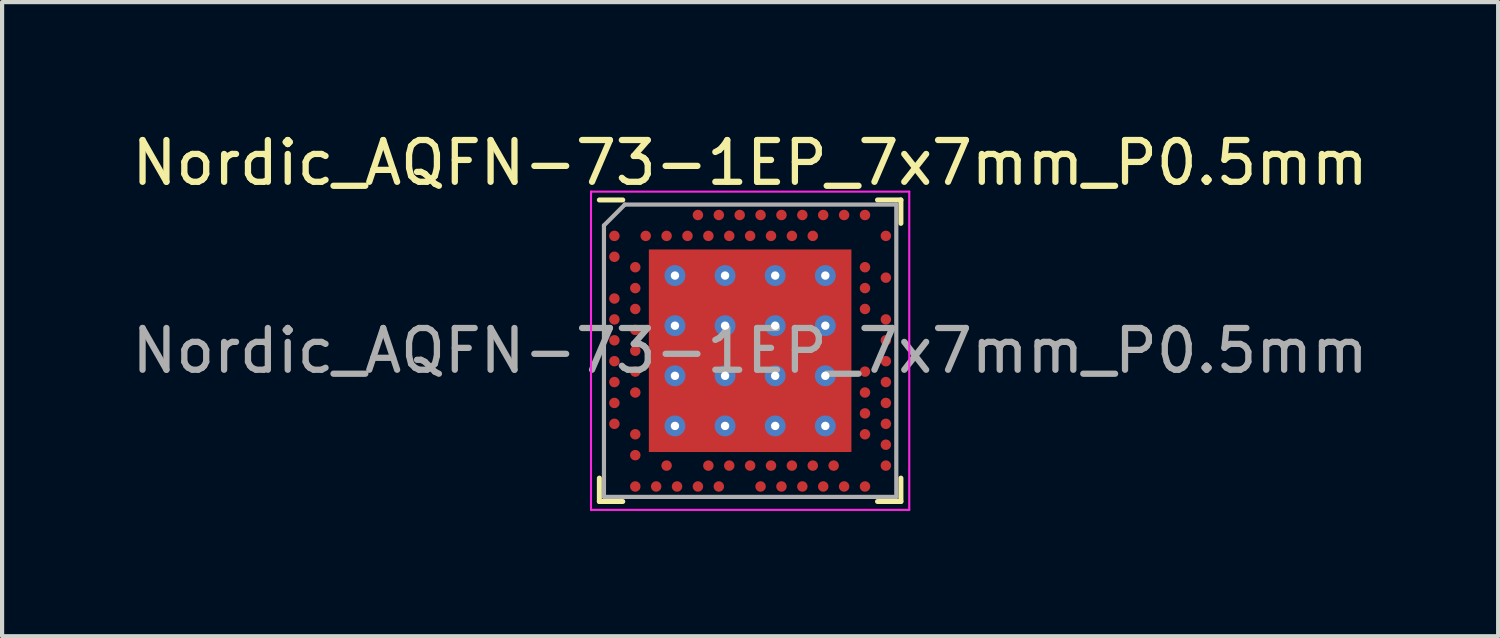
<source format=kicad_pcb>
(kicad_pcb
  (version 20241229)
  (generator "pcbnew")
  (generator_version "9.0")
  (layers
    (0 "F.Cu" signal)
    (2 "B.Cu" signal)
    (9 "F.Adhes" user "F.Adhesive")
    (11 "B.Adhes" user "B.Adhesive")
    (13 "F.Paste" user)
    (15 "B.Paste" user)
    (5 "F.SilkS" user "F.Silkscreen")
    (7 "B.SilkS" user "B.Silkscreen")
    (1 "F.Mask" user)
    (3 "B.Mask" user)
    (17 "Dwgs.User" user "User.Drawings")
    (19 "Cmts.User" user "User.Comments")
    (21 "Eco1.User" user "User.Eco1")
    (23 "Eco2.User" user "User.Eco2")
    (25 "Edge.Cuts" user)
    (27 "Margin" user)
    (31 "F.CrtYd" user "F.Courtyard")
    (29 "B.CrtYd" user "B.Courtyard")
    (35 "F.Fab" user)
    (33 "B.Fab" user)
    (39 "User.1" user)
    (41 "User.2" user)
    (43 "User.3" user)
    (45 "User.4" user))
  (footprint "Nordic_AQFN-73-1EP_7x7mm_P0.5mm"
    (layer "F.Cu")
    (at 14.911 5.348)
    (property "Reference" "Nordic_AQFN-73-1EP_7x7mm_P0.5mm" (at 0 -4.5 0) (layer "F.SilkS") (effects (font (size 1 1) (thickness 0.15))))
    (attr smd)
    (fp_line (start -3.61 -3.61) (end -3.05 -3.61) (stroke (width 0.12) (type solid)) (layer "F.SilkS"))
    (fp_line (start -3.61 3.61) (end -3.61 3.05) (stroke (width 0.12) (type solid)) (layer "F.SilkS"))
    (fp_line (start -3.61 3.61) (end -3.05 3.61) (stroke (width 0.12) (type solid)) (layer "F.SilkS"))
    (fp_line (start 3.61 -3.61) (end 3.05 -3.61) (stroke (width 0.12) (type solid)) (layer "F.SilkS"))
    (fp_line (start 3.61 -3.61) (end 3.61 -3.05) (stroke (width 0.12) (type solid)) (layer "F.SilkS"))
    (fp_line (start 3.61 3.61) (end 3.05 3.61) (stroke (width 0.12) (type solid)) (layer "F.SilkS"))
    (fp_line (start 3.61 3.61) (end 3.61 3.05) (stroke (width 0.12) (type solid)) (layer "F.SilkS"))
    (fp_line (start -3.81 -3.81) (end 3.81 -3.81) (stroke (width 0.05) (type solid)) (layer "F.CrtYd"))
    (fp_line (start -3.81 3.81) (end -3.81 -3.81) (stroke (width 0.05) (type solid)) (layer "F.CrtYd"))
    (fp_line (start 3.81 -3.81) (end 3.81 3.81) (stroke (width 0.05) (type solid)) (layer "F.CrtYd"))
    (fp_line (start 3.81 3.81) (end -3.81 3.81) (stroke (width 0.05) (type solid)) (layer "F.CrtYd"))
    (fp_line (start -3.5 -3) (end -3.5 3.5) (stroke (width 0.1) (type solid)) (layer "F.Fab"))
    (fp_line (start -3.5 -3) (end -3 -3.5) (stroke (width 0.1) (type solid)) (layer "F.Fab"))
    (fp_line (start -3.5 3.5) (end 3.5 3.5) (stroke (width 0.1) (type solid)) (layer "F.Fab"))
    (fp_line (start -3 -3.5) (end 3.5 -3.5) (stroke (width 0.1) (type solid)) (layer "F.Fab"))
    (fp_line (start 3.5 -3.5) (end 3.5 3.5) (stroke (width 0.1) (type solid)) (layer "F.Fab"))
    (fp_text user "${REFERENCE}" (at 0 0 0) (layer "F.Fab") (effects (font (size 1 1) (thickness 0.15))))
    (pad "" smd rect (at -1.212 -1.212 180) (size 2 2) (layers "F.Paste"))
    (pad "" smd rect (at -1.212 1.212 180) (size 2 2) (layers "F.Paste"))
    (pad "" smd rect (at 1.212 -1.212 180) (size 2 2) (layers "F.Paste"))
    (pad "" smd rect (at 1.212 1.212 180) (size 2 2) (layers "F.Paste"))
    (pad "A8" smd circle (at -1.25 -3.25 180) (size 0.25 0.25) (layers "F.Cu" "F.Mask" "F.Paste"))
    (pad "A10" smd circle (at -0.75 -3.25 180) (size 0.25 0.25) (layers "F.Cu" "F.Mask" "F.Paste"))
    (pad "A12" smd circle (at -0.25 -3.25 180) (size 0.25 0.25) (layers "F.Cu" "F.Mask" "F.Paste"))
    (pad "A14" smd circle (at 0.25 -3.25 180) (size 0.25 0.25) (layers "F.Cu" "F.Mask" "F.Paste"))
    (pad "A16" smd circle (at 0.75 -3.25 180) (size 0.25 0.25) (layers "F.Cu" "F.Mask" "F.Paste"))
    (pad "A18" smd circle (at 1.25 -3.25 180) (size 0.25 0.25) (layers "F.Cu" "F.Mask" "F.Paste"))
    (pad "A20" smd circle (at 1.75 -3.25 180) (size 0.25 0.25) (layers "F.Cu" "F.Mask" "F.Paste"))
    (pad "A22" smd circle (at 2.25 -3.25 180) (size 0.25 0.25) (layers "F.Cu" "F.Mask" "F.Paste"))
    (pad "A23" smd circle (at 2.75 -3.25 180) (size 0.25 0.25) (layers "F.Cu" "F.Mask" "F.Paste"))
    (pad "AA24" smd circle (at 3.25 2.25 180) (size 0.25 0.25) (layers "F.Cu" "F.Mask" "F.Paste"))
    (pad "AB2" smd circle (at -2.75 2.5 180) (size 0.25 0.25) (layers "F.Cu" "F.Mask" "F.Paste"))
    (pad "AC5" smd circle (at -2 2.75 180) (size 0.25 0.25) (layers "F.Cu" "F.Mask" "F.Paste"))
    (pad "AC9" smd circle (at -1 2.75 180) (size 0.25 0.25) (layers "F.Cu" "F.Mask" "F.Paste"))
    (pad "AC11" smd circle (at -0.5 2.75 180) (size 0.25 0.25) (layers "F.Cu" "F.Mask" "F.Paste"))
    (pad "AC13" smd circle (at 0 2.75 180) (size 0.25 0.25) (layers "F.Cu" "F.Mask" "F.Paste"))
    (pad "AC15" smd circle (at 0.5 2.75 180) (size 0.25 0.25) (layers "F.Cu" "F.Mask" "F.Paste"))
    (pad "AC17" smd circle (at 1 2.75 180) (size 0.25 0.25) (layers "F.Cu" "F.Mask" "F.Paste"))
    (pad "AC19" smd circle (at 1.5 2.75 180) (size 0.25 0.25) (layers "F.Cu" "F.Mask" "F.Paste"))
    (pad "AC21" smd circle (at 2 2.75 180) (size 0.25 0.25) (layers "F.Cu" "F.Mask" "F.Paste"))
    (pad "AC24" smd circle (at 3.25 2.75 180) (size 0.25 0.25) (layers "F.Cu" "F.Mask" "F.Paste"))
    (pad "AD2" smd circle (at -2.75 3.25 180) (size 0.25 0.25) (layers "F.Cu" "F.Mask" "F.Paste"))
    (pad "AD4" smd circle (at -2.25 3.25 180) (size 0.25 0.25) (layers "F.Cu" "F.Mask" "F.Paste"))
    (pad "AD6" smd circle (at -1.75 3.25 180) (size 0.25 0.25) (layers "F.Cu" "F.Mask" "F.Paste"))
    (pad "AD8" smd circle (at -1.25 3.25 180) (size 0.25 0.25) (layers "F.Cu" "F.Mask" "F.Paste"))
    (pad "AD10" smd circle (at -0.75 3.25 180) (size 0.25 0.25) (layers "F.Cu" "F.Mask" "F.Paste"))
    (pad "AD14" smd circle (at 0.25 3.25 180) (size 0.25 0.25) (layers "F.Cu" "F.Mask" "F.Paste"))
    (pad "AD16" smd circle (at 0.75 3.25 180) (size 0.25 0.25) (layers "F.Cu" "F.Mask" "F.Paste"))
    (pad "AD18" smd circle (at 1.25 3.25 180) (size 0.25 0.25) (layers "F.Cu" "F.Mask" "F.Paste"))
    (pad "AD20" smd circle (at 1.75 3.25 180) (size 0.25 0.25) (layers "F.Cu" "F.Mask" "F.Paste"))
    (pad "AD22" smd circle (at 2.25 3.25 180) (size 0.25 0.25) (layers "F.Cu" "F.Mask" "F.Paste"))
    (pad "AD23" smd circle (at 2.75 3.25 180) (size 0.25 0.25) (layers "F.Cu" "F.Mask" "F.Paste"))
    (pad "B1" smd circle (at -3.25 -2.75 180) (size 0.25 0.25) (layers "F.Cu" "F.Mask" "F.Paste"))
    (pad "B3" smd circle (at -2.5 -2.75 180) (size 0.25 0.25) (layers "F.Cu" "F.Mask" "F.Paste"))
    (pad "B5" smd circle (at -2 -2.75 180) (size 0.25 0.25) (layers "F.Cu" "F.Mask" "F.Paste"))
    (pad "B7" smd circle (at -1.5 -2.75 180) (size 0.25 0.25) (layers "F.Cu" "F.Mask" "F.Paste"))
    (pad "B9" smd circle (at -1 -2.75 180) (size 0.25 0.25) (layers "F.Cu" "F.Mask" "F.Paste"))
    (pad "B11" smd circle (at -0.5 -2.75 180) (size 0.25 0.25) (layers "F.Cu" "F.Mask" "F.Paste"))
    (pad "B13" smd circle (at 0 -2.75 180) (size 0.25 0.25) (layers "F.Cu" "F.Mask" "F.Paste"))
    (pad "B15" smd circle (at 0.5 -2.75 180) (size 0.25 0.25) (layers "F.Cu" "F.Mask" "F.Paste"))
    (pad "B17" smd circle (at 1 -2.75 180) (size 0.25 0.25) (layers "F.Cu" "F.Mask" "F.Paste"))
    (pad "B19" smd circle (at 1.5 -2.75 180) (size 0.25 0.25) (layers "F.Cu" "F.Mask" "F.Paste"))
    (pad "B24" smd circle (at 3.25 -2.75 180) (size 0.25 0.25) (layers "F.Cu" "F.Mask" "F.Paste"))
    (pad "C1" smd circle (at -3.25 -2.25 180) (size 0.25 0.25) (layers "F.Cu" "F.Mask" "F.Paste"))
    (pad "D2" smd circle (at -2.75 -2 180) (size 0.25 0.25) (layers "F.Cu" "F.Mask" "F.Paste"))
    (pad "D23" smd circle (at 2.75 -2 180) (size 0.25 0.25) (layers "F.Cu" "F.Mask" "F.Paste"))
    (pad "E24" smd circle (at 3.25 -1.75 180) (size 0.25 0.25) (layers "F.Cu" "F.Mask" "F.Paste"))
    (pad "EP" thru_hole circle (at -1.8 -1.8) (size 0.5 0.5) (drill 0.2) (layers "*.Cu" "*.Mask"))
    (pad "EP" thru_hole circle (at -1.8 -0.6) (size 0.5 0.5) (drill 0.2) (layers "*.Cu" "*.Mask"))
    (pad "EP" thru_hole circle (at -1.8 0.6) (size 0.5 0.5) (drill 0.2) (layers "*.Cu" "*.Mask"))
    (pad "EP" thru_hole circle (at -1.8 1.8) (size 0.5 0.5) (drill 0.2) (layers "*.Cu" "*.Mask"))
    (pad "EP" thru_hole circle (at -0.6 -1.8) (size 0.5 0.5) (drill 0.2) (layers "*.Cu" "*.Mask"))
    (pad "EP" thru_hole circle (at -0.6 -0.6) (size 0.5 0.5) (drill 0.2) (layers "*.Cu" "*.Mask"))
    (pad "EP" thru_hole circle (at -0.6 0.6) (size 0.5 0.5) (drill 0.2) (layers "*.Cu" "*.Mask"))
    (pad "EP" thru_hole circle (at -0.6 1.8) (size 0.5 0.5) (drill 0.2) (layers "*.Cu" "*.Mask"))
    (pad "EP" smd rect (at 0 0 180) (size 4.85 4.85) (layers "F.Cu" "F.Mask"))
    (pad "EP" thru_hole circle (at 0.6 -1.8) (size 0.5 0.5) (drill 0.2) (layers "*.Cu" "*.Mask"))
    (pad "EP" thru_hole circle (at 0.6 -0.6) (size 0.5 0.5) (drill 0.2) (layers "*.Cu" "*.Mask"))
    (pad "EP" thru_hole circle (at 0.6 0.6) (size 0.5 0.5) (drill 0.2) (layers "*.Cu" "*.Mask"))
    (pad "EP" thru_hole circle (at 0.6 1.8) (size 0.5 0.5) (drill 0.2) (layers "*.Cu" "*.Mask"))
    (pad "EP" thru_hole circle (at 1.8 -1.8) (size 0.5 0.5) (drill 0.2) (layers "*.Cu" "*.Mask"))
    (pad "EP" thru_hole circle (at 1.8 -0.6) (size 0.5 0.5) (drill 0.2) (layers "*.Cu" "*.Mask"))
    (pad "EP" thru_hole circle (at 1.8 0.6) (size 0.5 0.5) (drill 0.2) (layers "*.Cu" "*.Mask"))
    (pad "EP" thru_hole circle (at 1.8 1.8) (size 0.5 0.5) (drill 0.2) (layers "*.Cu" "*.Mask"))
    (pad "F2" smd circle (at -2.75 -1.5 180) (size 0.25 0.25) (layers "F.Cu" "F.Mask" "F.Paste"))
    (pad "F23" smd circle (at 2.75 -1.5 180) (size 0.25 0.25) (layers "F.Cu" "F.Mask" "F.Paste"))
    (pad "G1" smd circle (at -3.25 -1.25 180) (size 0.25 0.25) (layers "F.Cu" "F.Mask" "F.Paste"))
    (pad "H2" smd circle (at -2.75 -1 180) (size 0.25 0.25) (layers "F.Cu" "F.Mask" "F.Paste"))
    (pad "H23" smd circle (at 2.75 -1 180) (size 0.25 0.25) (layers "F.Cu" "F.Mask" "F.Paste"))
    (pad "J1" smd circle (at -3.25 -0.75 180) (size 0.25 0.25) (layers "F.Cu" "F.Mask" "F.Paste"))
    (pad "J24" smd circle (at 3.25 -0.75 180) (size 0.25 0.25) (layers "F.Cu" "F.Mask" "F.Paste"))
    (pad "K2" smd circle (at -2.75 -0.5 180) (size 0.25 0.25) (layers "F.Cu" "F.Mask" "F.Paste"))
    (pad "L1" smd circle (at -3.25 -0.25 180) (size 0.25 0.25) (layers "F.Cu" "F.Mask" "F.Paste"))
    (pad "L24" smd circle (at 3.25 -0.25 180) (size 0.25 0.25) (layers "F.Cu" "F.Mask" "F.Paste"))
    (pad "M2" smd circle (at -2.75 0 180) (size 0.25 0.25) (layers "F.Cu" "F.Mask" "F.Paste"))
    (pad "N1" smd circle (at -3.25 0.25 180) (size 0.25 0.25) (layers "F.Cu" "F.Mask" "F.Paste"))
    (pad "N24" smd circle (at 3.25 0.25 180) (size 0.25 0.25) (layers "F.Cu" "F.Mask" "F.Paste"))
    (pad "P2" smd circle (at -2.75 0.5 180) (size 0.25 0.25) (layers "F.Cu" "F.Mask" "F.Paste"))
    (pad "P23" smd circle (at 2.75 0.5 180) (size 0.25 0.25) (layers "F.Cu" "F.Mask" "F.Paste"))
    (pad "R1" smd circle (at -3.25 0.75 180) (size 0.25 0.25) (layers "F.Cu" "F.Mask" "F.Paste"))
    (pad "R24" smd circle (at 3.25 0.75 180) (size 0.25 0.25) (layers "F.Cu" "F.Mask" "F.Paste"))
    (pad "T2" smd circle (at -2.75 1 180) (size 0.25 0.25) (layers "F.Cu" "F.Mask" "F.Paste"))
    (pad "T23" smd circle (at 2.75 1 180) (size 0.25 0.25) (layers "F.Cu" "F.Mask" "F.Paste"))
    (pad "U1" smd circle (at -3.25 1.25 180) (size 0.25 0.25) (layers "F.Cu" "F.Mask" "F.Paste"))
    (pad "U24" smd circle (at 3.25 1.25 180) (size 0.25 0.25) (layers "F.Cu" "F.Mask" "F.Paste"))
    (pad "V23" smd circle (at 2.75 1.5 180) (size 0.25 0.25) (layers "F.Cu" "F.Mask" "F.Paste"))
    (pad "W1" smd circle (at -3.25 1.75 180) (size 0.25 0.25) (layers "F.Cu" "F.Mask" "F.Paste"))
    (pad "W24" smd circle (at 3.25 1.75 180) (size 0.25 0.25) (layers "F.Cu" "F.Mask" "F.Paste"))
    (pad "Y2" smd circle (at -2.75 2 180) (size 0.25 0.25) (layers "F.Cu" "F.Mask" "F.Paste"))
    (pad "Y23" smd circle (at 2.75 2 180) (size 0.25 0.25) (layers "F.Cu" "F.Mask" "F.Paste")))
  (gr_rect
    (start -3 -3)
    (end 32.821 12.183)
    (stroke (width 0.1) (type default))
    (fill no)
    (layer "Edge.Cuts")))
</source>
